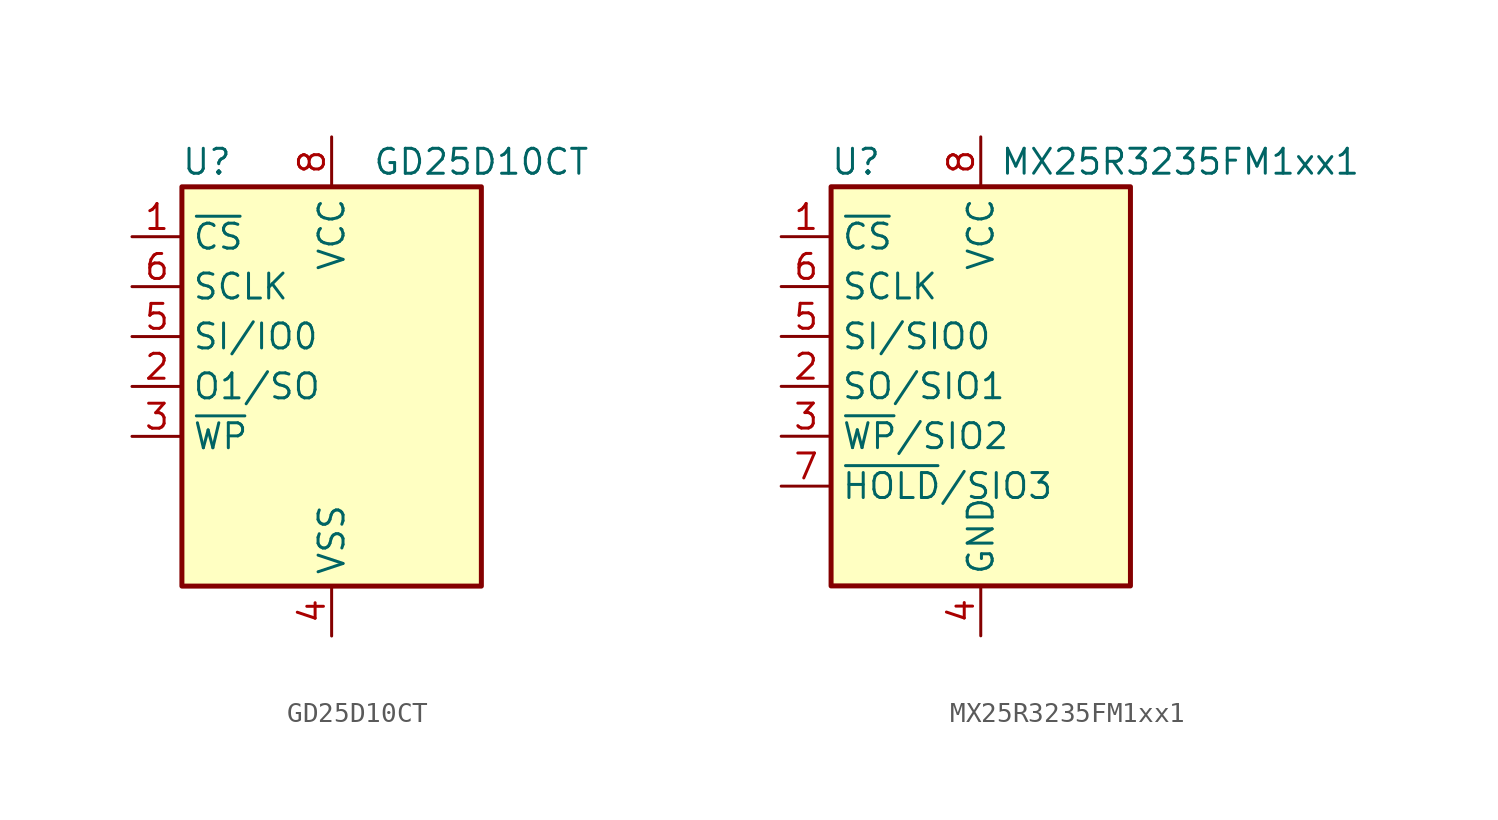
<source format=kicad_sym>
(kicad_symbol_lib
  (version 20241209)
  (generator "kicad_symbol_editor")
  (generator_version "9.0")
  (symbol "GD25D10CT"
    (property "Reference" "U"
      (at -6.35 11.43 0)
      (effects (font (size 1.27 1.27))))
    (property "Value" "GD25D10CT"
      (at 7.62 11.43 0)
      (effects (font (size 1.27 1.27))))
    (symbol "GD25D10CT_0_1"
      (rectangle (start -7.62 10.16) (end 7.62 -10.16) (stroke (width 0.254) (type default)) (fill (type background))))
    (symbol "GD25D10CT_1_1"
      (pin input line (at -10.16 7.62 0) (length 2.54) (name "~{CS}" (effects (font (size 1.27 1.27)))) (number "1" (effects (font (size 1.27 1.27)))))
      (pin input line (at -10.16 5.08 0) (length 2.54) (name "SCLK" (effects (font (size 1.27 1.27)))) (number "6" (effects (font (size 1.27 1.27)))))
      (pin bidirectional line (at -10.16 2.54 0) (length 2.54) (name "SI/IO0" (effects (font (size 1.27 1.27)))) (number "5" (effects (font (size 1.27 1.27)))))
      (pin output line (at -10.16 0 0) (length 2.54) (name "O1/SO" (effects (font (size 1.27 1.27)))) (number "2" (effects (font (size 1.27 1.27)))))
      (pin input line (at -10.16 -2.54 0) (length 2.54) (name "~{WP}" (effects (font (size 1.27 1.27)))) (number "3" (effects (font (size 1.27 1.27)))))
      (pin no_connect line (at -7.62 -5.08 0) (length 2.54) (hide yes) (name "NC" (effects (font (size 1.27 1.27)))) (number "7" (effects (font (size 1.27 1.27)))))
      (pin power_in line (at 0 12.7 270) (length 2.54) (name "VCC" (effects (font (size 1.27 1.27)))) (number "8" (effects (font (size 1.27 1.27)))))
      (pin power_in line (at 0 -12.7 90) (length 2.54) (name "VSS" (effects (font (size 1.27 1.27)))) (number "4" (effects (font (size 1.27 1.27)))))))
  (symbol "MX25R3235FM1xx1"
    (property "Reference" "U"
      (at -6.35 11.43 0)
      (effects (font (size 1.27 1.27))))
    (property "Value" "MX25R3235FM1xx1"
      (at 10.16 11.43 0)
      (effects (font (size 1.27 1.27))))
    (symbol "MX25R3235FM1xx1_0_1"
      (rectangle (start -7.62 10.16) (end 7.62 -10.16) (stroke (width 0.254) (type default)) (fill (type background))))
    (symbol "MX25R3235FM1xx1_1_1"
      (pin input line (at -10.16 7.62 0) (length 2.54) (name "~{CS}" (effects (font (size 1.27 1.27)))) (number "1" (effects (font (size 1.27 1.27)))))
      (pin input line (at -10.16 5.08 0) (length 2.54) (name "SCLK" (effects (font (size 1.27 1.27)))) (number "6" (effects (font (size 1.27 1.27)))))
      (pin bidirectional line (at -10.16 2.54 0) (length 2.54) (name "SI/SIO0" (effects (font (size 1.27 1.27)))) (number "5" (effects (font (size 1.27 1.27)))))
      (pin bidirectional line (at -10.16 0 0) (length 2.54) (name "SO/SIO1" (effects (font (size 1.27 1.27)))) (number "2" (effects (font (size 1.27 1.27)))))
      (pin bidirectional line (at -10.16 -2.54 0) (length 2.54) (name "~{WP}/SIO2" (effects (font (size 1.27 1.27)))) (number "3" (effects (font (size 1.27 1.27)))))
      (pin bidirectional line (at -10.16 -5.08 0) (length 2.54) (name "~{HOLD}/SIO3" (effects (font (size 1.27 1.27)))) (number "7" (effects (font (size 1.27 1.27)))))
      (pin power_in line (at 0 12.7 270) (length 2.54) (name "VCC" (effects (font (size 1.27 1.27)))) (number "8" (effects (font (size 1.27 1.27)))))
      (pin power_in line (at 0 -12.7 90) (length 2.54) (name "GND" (effects (font (size 1.27 1.27)))) (number "4" (effects (font (size 1.27 1.27))))))))
</source>
